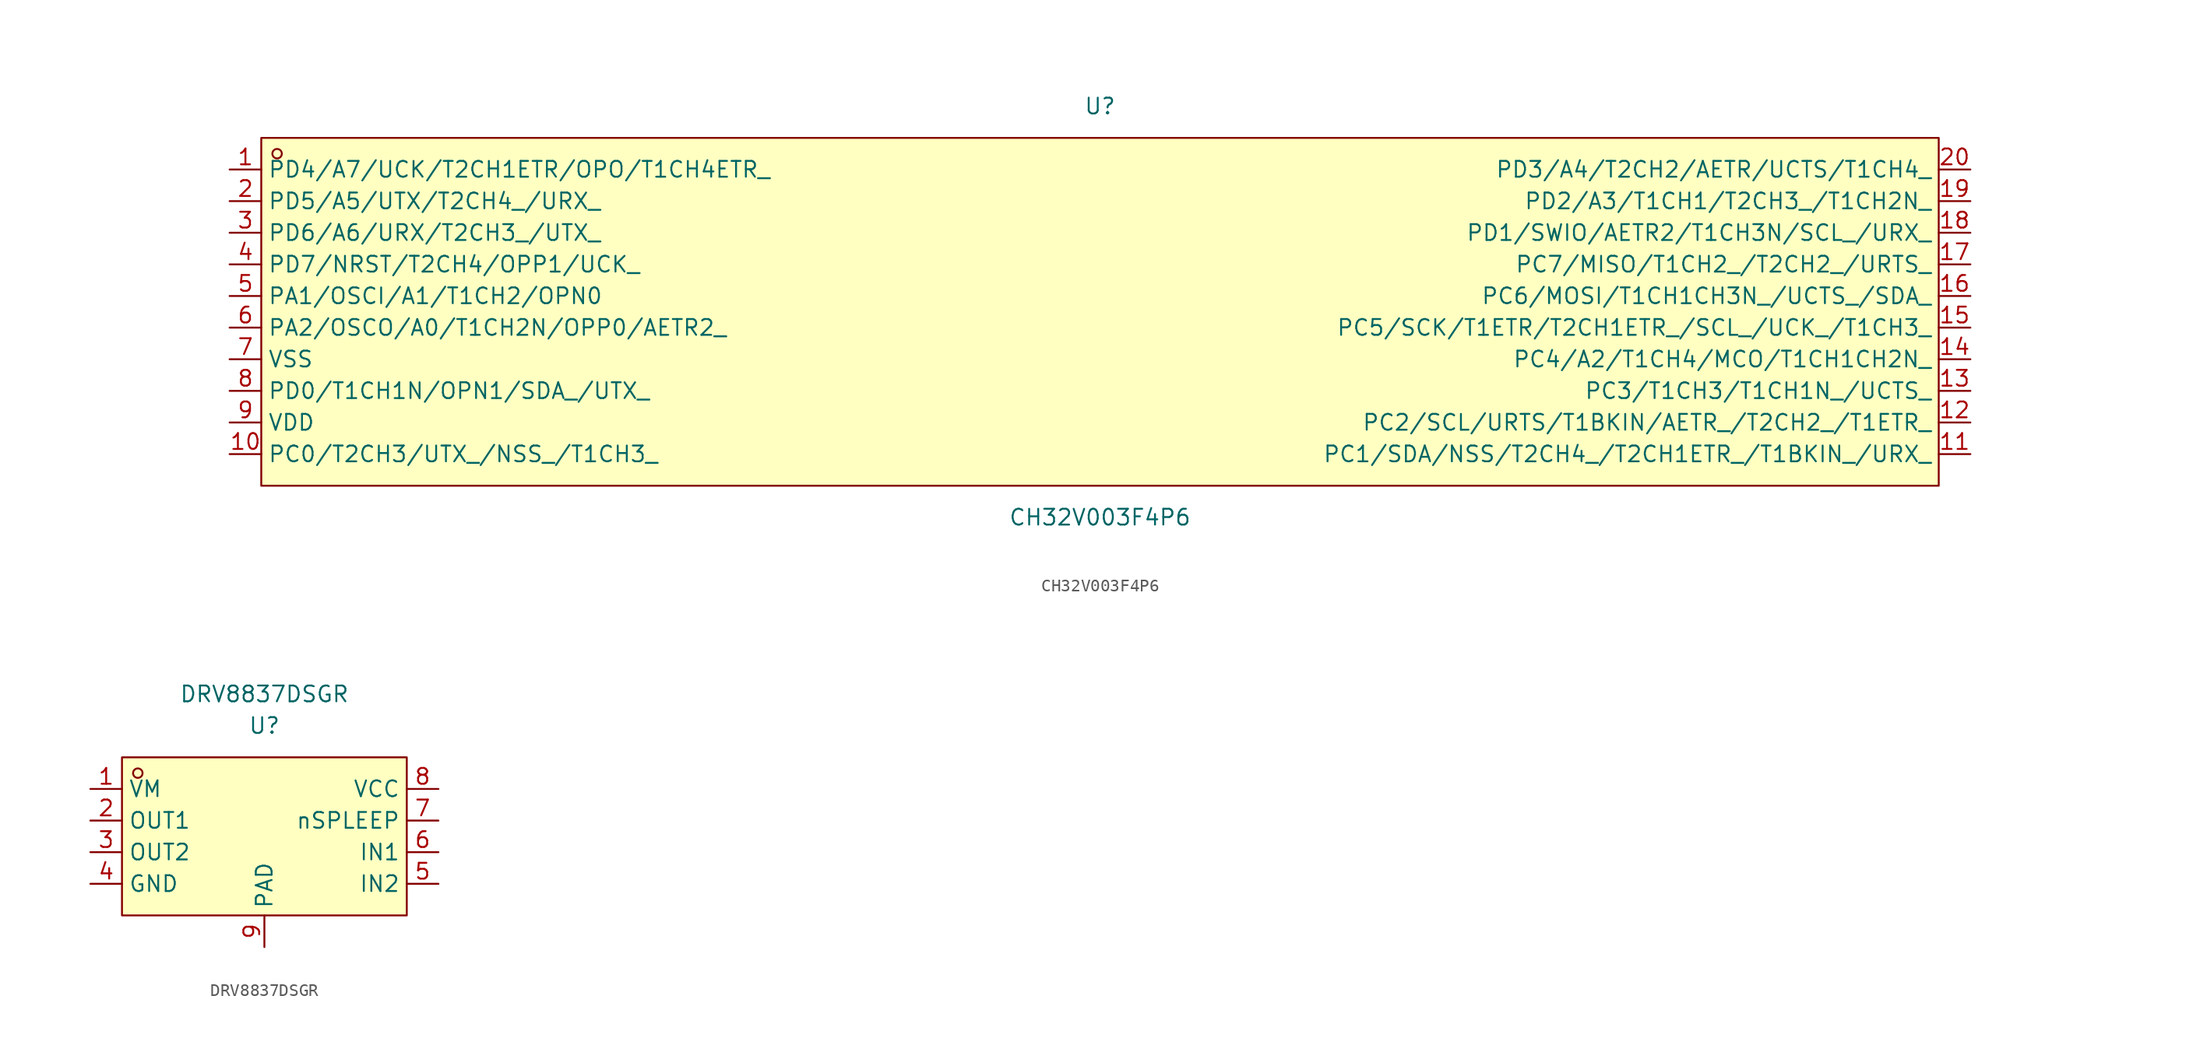
<source format=kicad_sym>
(kicad_symbol_lib
  (version 20241209)
  (generator "kicad_symbol_editor")
  (generator_version "9.0")
  (symbol "CH32V003F4P6"
    (property "Reference" "U"
      (at 0 16.51 0)
      (effects (font (size 1.27 1.27))))
    (property "Value" "CH32V003F4P6"
      (at 0 -16.51 0)
      (effects (font (size 1.27 1.27))))
    (symbol "CH32V003F4P6_0_1"
      (rectangle (start -67.31 13.97) (end 67.31 -13.97) (stroke (width 0) (type default)) (fill (type background)))
      (circle (center -66.04 12.7) (radius 0.38) (stroke (width 0) (type default)) (fill (type none)))
      (pin unspecified line (at -69.85 11.43 0) (length 2.54) (name "PD4/A7/UCK/T2CH1ETR/OPO/T1CH4ETR_" (effects (font (size 1.27 1.27)))) (number "1" (effects (font (size 1.27 1.27)))))
      (pin unspecified line (at -69.85 8.89 0) (length 2.54) (name "PD5/A5/UTX/T2CH4_/URX_" (effects (font (size 1.27 1.27)))) (number "2" (effects (font (size 1.27 1.27)))))
      (pin unspecified line (at -69.85 6.35 0) (length 2.54) (name "PD6/A6/URX/T2CH3_/UTX_" (effects (font (size 1.27 1.27)))) (number "3" (effects (font (size 1.27 1.27)))))
      (pin unspecified line (at -69.85 3.81 0) (length 2.54) (name "PD7/NRST/T2CH4/OPP1/UCK_" (effects (font (size 1.27 1.27)))) (number "4" (effects (font (size 1.27 1.27)))))
      (pin unspecified line (at -69.85 1.27 0) (length 2.54) (name "PA1/OSCI/A1/T1CH2/OPN0" (effects (font (size 1.27 1.27)))) (number "5" (effects (font (size 1.27 1.27)))))
      (pin unspecified line (at -69.85 -1.27 0) (length 2.54) (name "PA2/OSCO/A0/T1CH2N/OPP0/AETR2_" (effects (font (size 1.27 1.27)))) (number "6" (effects (font (size 1.27 1.27)))))
      (pin unspecified line (at -69.85 -3.81 0) (length 2.54) (name "VSS" (effects (font (size 1.27 1.27)))) (number "7" (effects (font (size 1.27 1.27)))))
      (pin unspecified line (at -69.85 -6.35 0) (length 2.54) (name "PD0/T1CH1N/OPN1/SDA_/UTX_" (effects (font (size 1.27 1.27)))) (number "8" (effects (font (size 1.27 1.27)))))
      (pin unspecified line (at -69.85 -8.89 0) (length 2.54) (name "VDD" (effects (font (size 1.27 1.27)))) (number "9" (effects (font (size 1.27 1.27)))))
      (pin unspecified line (at -69.85 -11.43 0) (length 2.54) (name "PC0/T2CH3/UTX_/NSS_/T1CH3_" (effects (font (size 1.27 1.27)))) (number "10" (effects (font (size 1.27 1.27)))))
      (pin unspecified line (at 69.85 11.43 180) (length 2.54) (name "PD3/A4/T2CH2/AETR/UCTS/T1CH4_" (effects (font (size 1.27 1.27)))) (number "20" (effects (font (size 1.27 1.27)))))
      (pin unspecified line (at 69.85 8.89 180) (length 2.54) (name "PD2/A3/T1CH1/T2CH3_/T1CH2N_" (effects (font (size 1.27 1.27)))) (number "19" (effects (font (size 1.27 1.27)))))
      (pin unspecified line (at 69.85 6.35 180) (length 2.54) (name "PD1/SWIO/AETR2/T1CH3N/SCL_/URX_" (effects (font (size 1.27 1.27)))) (number "18" (effects (font (size 1.27 1.27)))))
      (pin unspecified line (at 69.85 3.81 180) (length 2.54) (name "PC7/MISO/T1CH2_/T2CH2_/URTS_" (effects (font (size 1.27 1.27)))) (number "17" (effects (font (size 1.27 1.27)))))
      (pin unspecified line (at 69.85 1.27 180) (length 2.54) (name "PC6/MOSI/T1CH1CH3N_/UCTS_/SDA_" (effects (font (size 1.27 1.27)))) (number "16" (effects (font (size 1.27 1.27)))))
      (pin unspecified line (at 69.85 -1.27 180) (length 2.54) (name "PC5/SCK/T1ETR/T2CH1ETR_/SCL_/UCK_/T1CH3_" (effects (font (size 1.27 1.27)))) (number "15" (effects (font (size 1.27 1.27)))))
      (pin unspecified line (at 69.85 -3.81 180) (length 2.54) (name "PC4/A2/T1CH4/MCO/T1CH1CH2N_" (effects (font (size 1.27 1.27)))) (number "14" (effects (font (size 1.27 1.27)))))
      (pin unspecified line (at 69.85 -6.35 180) (length 2.54) (name "PC3/T1CH3/T1CH1N_/UCTS_" (effects (font (size 1.27 1.27)))) (number "13" (effects (font (size 1.27 1.27)))))
      (pin unspecified line (at 69.85 -8.89 180) (length 2.54) (name "PC2/SCL/URTS/T1BKIN/AETR_/T2CH2_/T1ETR_" (effects (font (size 1.27 1.27)))) (number "12" (effects (font (size 1.27 1.27)))))
      (pin unspecified line (at 69.85 -11.43 180) (length 2.54) (name "PC1/SDA/NSS/T2CH4_/T2CH1ETR_/T1BKIN_/URX_" (effects (font (size 1.27 1.27)))) (number "11" (effects (font (size 1.27 1.27)))))))
  (symbol "DRV8837DSGR"
    (property "Reference" "U"
      (at 0 8.89 0)
      (effects (font (size 1.27 1.27))))
    (property "Value" "DRV8837DSGR"
      (at 0 11.43 0)
      (effects (font (size 1.27 1.27))))
    (symbol "DRV8837DSGR_0_1"
      (rectangle (start -11.43 6.35) (end 11.43 -6.35) (stroke (width 0) (type default)) (fill (type background)))
      (circle (center -10.16 5.08) (radius 0.38) (stroke (width 0) (type default)) (fill (type none)))
      (pin passive line (at -13.97 3.81 0) (length 2.54) (name "VM" (effects (font (size 1.27 1.27)))) (number "1" (effects (font (size 1.27 1.27)))))
      (pin passive line (at -13.97 1.27 0) (length 2.54) (name "OUT1" (effects (font (size 1.27 1.27)))) (number "2" (effects (font (size 1.27 1.27)))))
      (pin passive line (at -13.97 -1.27 0) (length 2.54) (name "OUT2" (effects (font (size 1.27 1.27)))) (number "3" (effects (font (size 1.27 1.27)))))
      (pin passive line (at -13.97 -3.81 0) (length 2.54) (name "GND" (effects (font (size 1.27 1.27)))) (number "4" (effects (font (size 1.27 1.27)))))
      (pin passive line (at 13.97 3.81 180) (length 2.54) (name "VCC" (effects (font (size 1.27 1.27)))) (number "8" (effects (font (size 1.27 1.27)))))
      (pin passive line (at 13.97 1.27 180) (length 2.54) (name "nSPLEEP" (effects (font (size 1.27 1.27)))) (number "7" (effects (font (size 1.27 1.27)))))
      (pin passive line (at 13.97 -1.27 180) (length 2.54) (name "IN1" (effects (font (size 1.27 1.27)))) (number "6" (effects (font (size 1.27 1.27)))))
      (pin passive line (at 13.97 -3.81 180) (length 2.54) (name "IN2" (effects (font (size 1.27 1.27)))) (number "5" (effects (font (size 1.27 1.27))))))
    (symbol "DRV8837DSGR_1_1"
      (pin passive line (at 0 -8.89 90) (length 2.54) (name "PAD" (effects (font (size 1.27 1.27)))) (number "9" (effects (font (size 1.27 1.27))))))))
</source>
